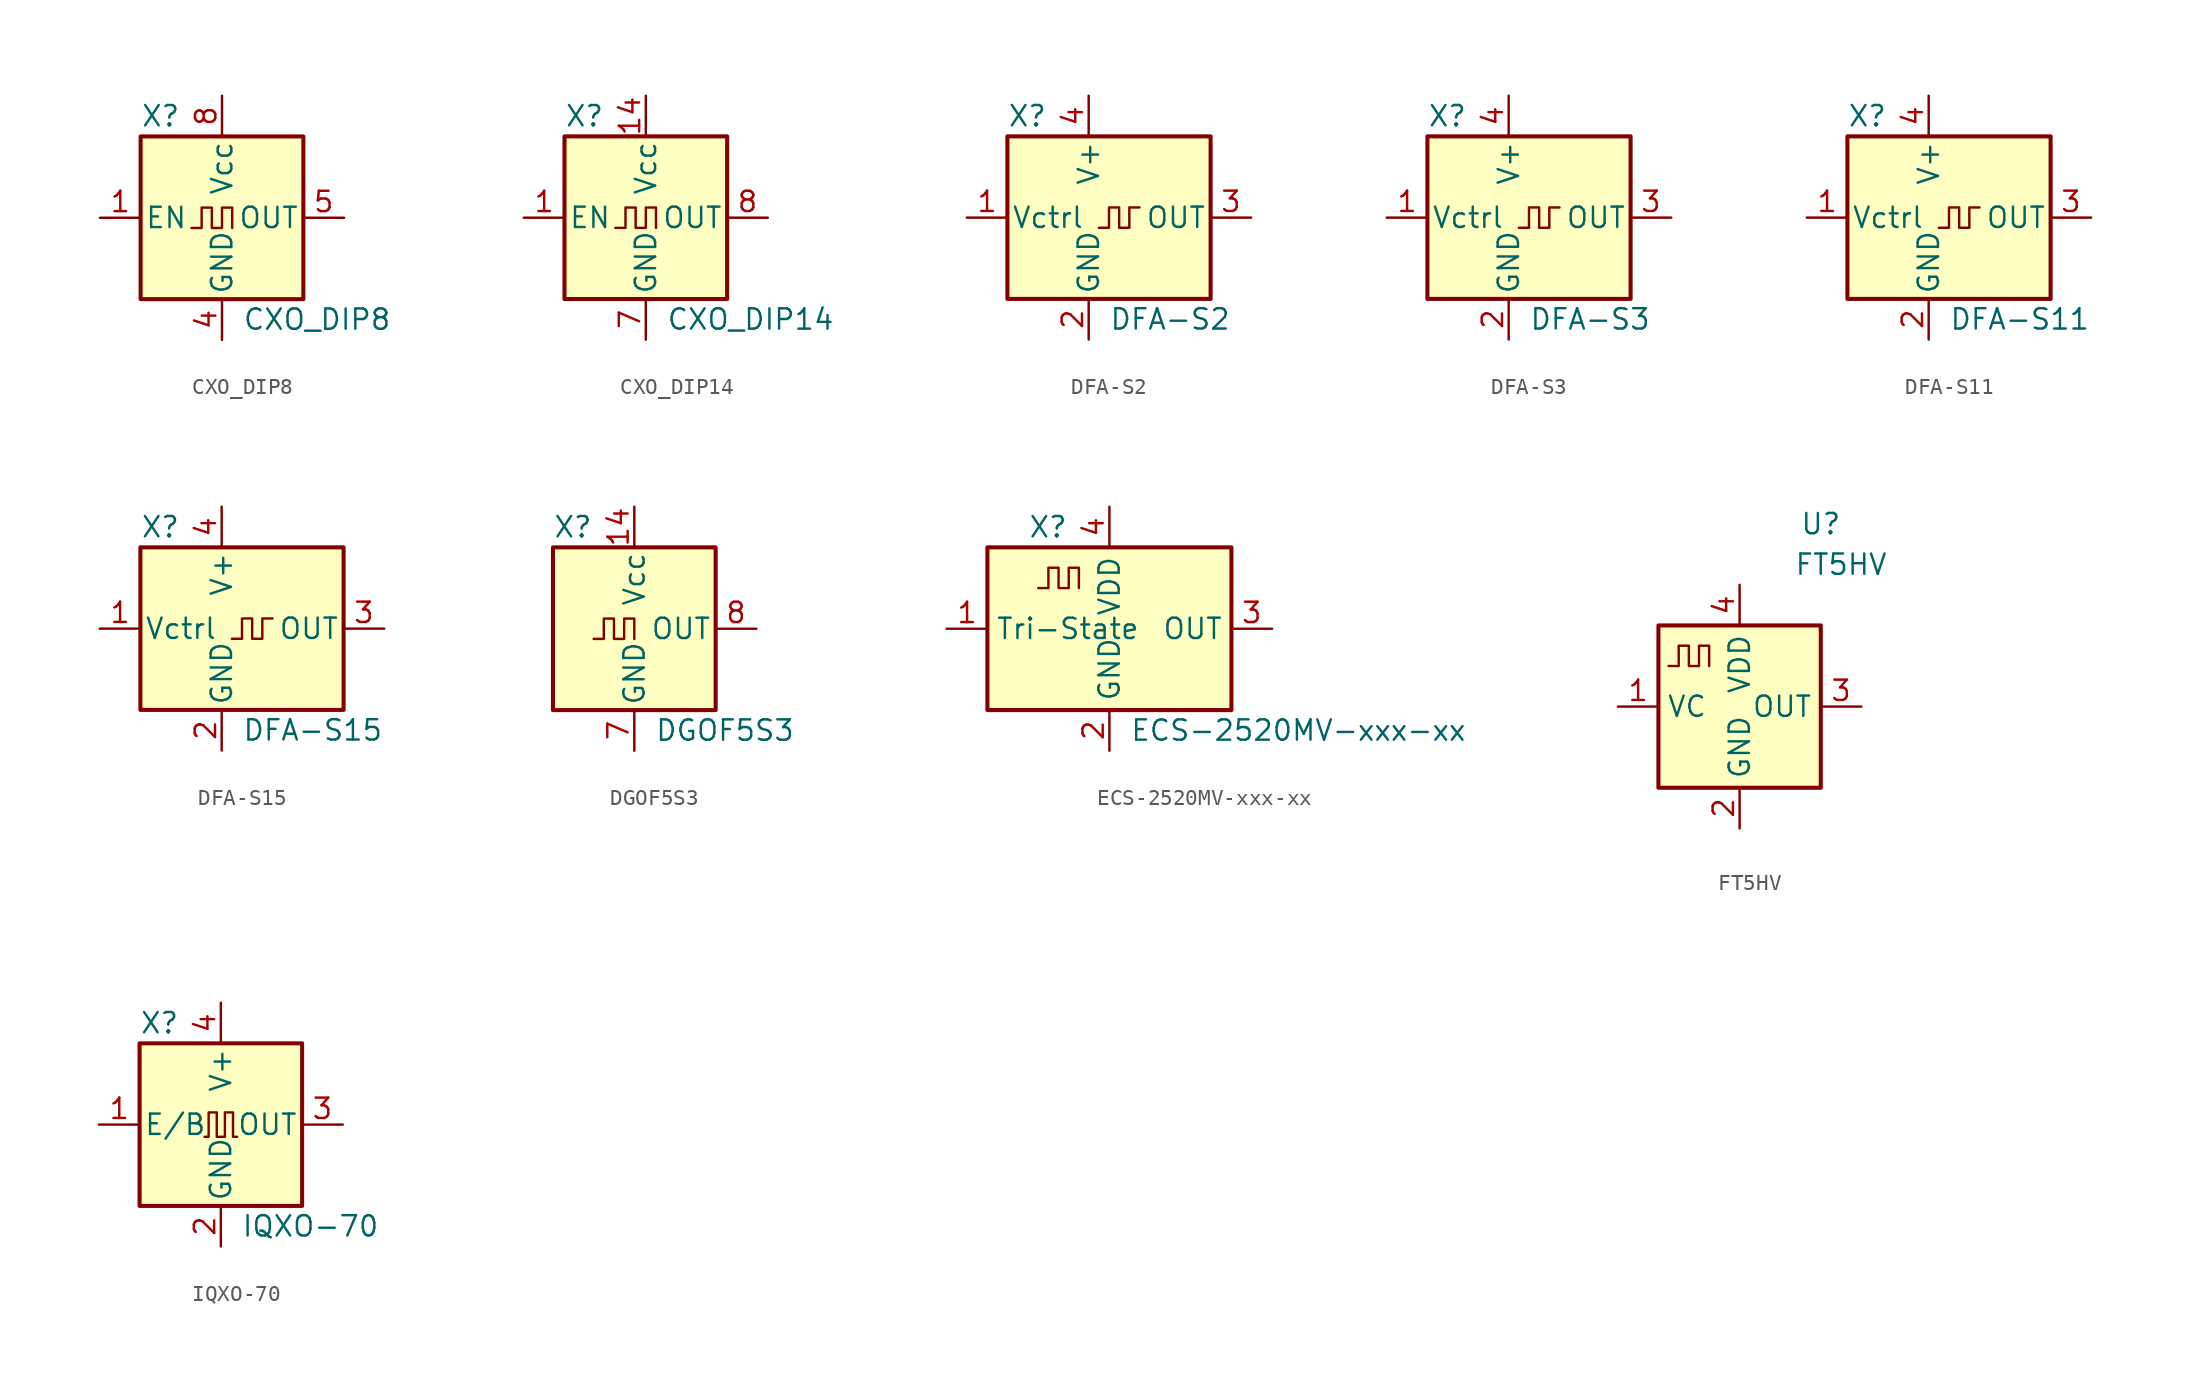
<source format=kicad_sym>
(kicad_symbol_lib
  (version 20201005)
  (generator kicad_symbol_editor)
  (symbol "Oscillator:CXO_DIP8"
    (pin_names
      (offset 0.254))
    (property "Reference" "X"
      (at -5.08 6.35 0)
      (effects (font (size 1.27 1.27)) (justify left)))
    (property "Value" "CXO_DIP8"
      (at 1.27 -6.35 0)
      (effects (font (size 1.27 1.27)) (justify left)))
    (symbol "CXO_DIP8_0_1"
      (rectangle (start -5.08 5.08) (end 5.08 -5.08) (stroke (width 0.254)) (fill (type background)))
      (polyline (pts (xy -1.905 -0.635) (xy -1.27 -0.635) (xy -1.27 0.635) (xy -0.635 0.635) (xy -0.635 -0.635) (xy 0 -0.635) (xy 0 0.635) (xy 0.635 0.635) (xy 0.635 -0.635)) (stroke (width 0)) (fill (type none))))
    (symbol "CXO_DIP8_1_1"
      (pin input line (at -7.62 0 0) (length 2.54) (name "EN" (effects (font (size 1.27 1.27)))) (number "1" (effects (font (size 1.27 1.27)))))
      (pin power_in line (at 0 -7.62 90) (length 2.54) (name "GND" (effects (font (size 1.27 1.27)))) (number "4" (effects (font (size 1.27 1.27)))))
      (pin output line (at 7.62 0 180) (length 2.54) (name "OUT" (effects (font (size 1.27 1.27)))) (number "5" (effects (font (size 1.27 1.27)))))
      (pin power_in line (at 0 7.62 270) (length 2.54) (name "Vcc" (effects (font (size 1.27 1.27)))) (number "8" (effects (font (size 1.27 1.27)))))))
  (symbol "Oscillator:CXO_DIP14"
    (pin_names
      (offset 0.254))
    (property "Reference" "X"
      (at -5.08 6.35 0)
      (effects (font (size 1.27 1.27)) (justify left)))
    (property "Value" "CXO_DIP14"
      (at 1.27 -6.35 0)
      (effects (font (size 1.27 1.27)) (justify left)))
    (symbol "CXO_DIP14_0_1"
      (rectangle (start -5.08 5.08) (end 5.08 -5.08) (stroke (width 0.254)) (fill (type background)))
      (polyline (pts (xy -1.905 -0.635) (xy -1.27 -0.635) (xy -1.27 0.635) (xy -0.635 0.635) (xy -0.635 -0.635) (xy 0 -0.635) (xy 0 0.635) (xy 0.635 0.635) (xy 0.635 -0.635)) (stroke (width 0)) (fill (type none))))
    (symbol "CXO_DIP14_1_1"
      (pin input line (at -7.62 0 0) (length 2.54) (name "EN" (effects (font (size 1.27 1.27)))) (number "1" (effects (font (size 1.27 1.27)))))
      (pin power_in line (at 0 7.62 270) (length 2.54) (name "Vcc" (effects (font (size 1.27 1.27)))) (number "14" (effects (font (size 1.27 1.27)))))
      (pin power_in line (at 0 -7.62 90) (length 2.54) (name "GND" (effects (font (size 1.27 1.27)))) (number "7" (effects (font (size 1.27 1.27)))))
      (pin output line (at 7.62 0 180) (length 2.54) (name "OUT" (effects (font (size 1.27 1.27)))) (number "8" (effects (font (size 1.27 1.27)))))))
  (symbol "Oscillator:DFA-S2"
    (pin_names
      (offset 0.254))
    (property "Reference" "X"
      (at -5.08 6.35 0)
      (effects (font (size 1.27 1.27)) (justify left)))
    (property "Value" "DFA-S2"
      (at 1.27 -6.35 0)
      (effects (font (size 1.27 1.27)) (justify left)))
    (symbol "DFA-S2_0_1"
      (rectangle (start -5.08 5.08) (end 7.62 -5.08) (stroke (width 0.254)) (fill (type background)))
      (polyline (pts (xy 0.635 -0.635) (xy 1.27 -0.635) (xy 1.27 0.635) (xy 1.905 0.635) (xy 1.905 -0.635) (xy 2.54 -0.635) (xy 2.54 0.635) (xy 3.175 0.635)) (stroke (width 0)) (fill (type none))))
    (symbol "DFA-S2_1_1"
      (pin input line (at -7.62 0 0) (length 2.54) (name "Vctrl" (effects (font (size 1.27 1.27)))) (number "1" (effects (font (size 1.27 1.27)))))
      (pin power_in line (at 0 -7.62 90) (length 2.54) (name "GND" (effects (font (size 1.27 1.27)))) (number "2" (effects (font (size 1.27 1.27)))))
      (pin output line (at 10.16 0 180) (length 2.54) (name "OUT" (effects (font (size 1.27 1.27)))) (number "3" (effects (font (size 1.27 1.27)))))
      (pin power_in line (at 0 7.62 270) (length 2.54) (name "V+" (effects (font (size 1.27 1.27)))) (number "4" (effects (font (size 1.27 1.27)))))))
  (symbol "Oscillator:DFA-S3"
    (pin_names
      (offset 0.254))
    (property "Reference" "X"
      (at -5.08 6.35 0)
      (effects (font (size 1.27 1.27)) (justify left)))
    (property "Value" "DFA-S3"
      (at 1.27 -6.35 0)
      (effects (font (size 1.27 1.27)) (justify left)))
    (symbol "DFA-S3_0_1"
      (rectangle (start -5.08 5.08) (end 7.62 -5.08) (stroke (width 0.254)) (fill (type background)))
      (polyline (pts (xy 0.635 -0.635) (xy 1.27 -0.635) (xy 1.27 0.635) (xy 1.905 0.635) (xy 1.905 -0.635) (xy 2.54 -0.635) (xy 2.54 0.635) (xy 3.175 0.635)) (stroke (width 0)) (fill (type none))))
    (symbol "DFA-S3_1_1"
      (pin input line (at -7.62 0 0) (length 2.54) (name "Vctrl" (effects (font (size 1.27 1.27)))) (number "1" (effects (font (size 1.27 1.27)))))
      (pin power_in line (at 0 -7.62 90) (length 2.54) (name "GND" (effects (font (size 1.27 1.27)))) (number "2" (effects (font (size 1.27 1.27)))))
      (pin output line (at 10.16 0 180) (length 2.54) (name "OUT" (effects (font (size 1.27 1.27)))) (number "3" (effects (font (size 1.27 1.27)))))
      (pin power_in line (at 0 7.62 270) (length 2.54) (name "V+" (effects (font (size 1.27 1.27)))) (number "4" (effects (font (size 1.27 1.27)))))))
  (symbol "Oscillator:DFA-S11"
    (pin_names
      (offset 0.254))
    (property "Reference" "X"
      (at -5.08 6.35 0)
      (effects (font (size 1.27 1.27)) (justify left)))
    (property "Value" "DFA-S11"
      (at 1.27 -6.35 0)
      (effects (font (size 1.27 1.27)) (justify left)))
    (symbol "DFA-S11_0_1"
      (rectangle (start -5.08 5.08) (end 7.62 -5.08) (stroke (width 0.254)) (fill (type background)))
      (polyline (pts (xy 0.635 -0.635) (xy 1.27 -0.635) (xy 1.27 0.635) (xy 1.905 0.635) (xy 1.905 -0.635) (xy 2.54 -0.635) (xy 2.54 0.635) (xy 3.175 0.635)) (stroke (width 0)) (fill (type none))))
    (symbol "DFA-S11_1_1"
      (pin input line (at -7.62 0 0) (length 2.54) (name "Vctrl" (effects (font (size 1.27 1.27)))) (number "1" (effects (font (size 1.27 1.27)))))
      (pin power_in line (at 0 -7.62 90) (length 2.54) (name "GND" (effects (font (size 1.27 1.27)))) (number "2" (effects (font (size 1.27 1.27)))))
      (pin output line (at 10.16 0 180) (length 2.54) (name "OUT" (effects (font (size 1.27 1.27)))) (number "3" (effects (font (size 1.27 1.27)))))
      (pin power_in line (at 0 7.62 270) (length 2.54) (name "V+" (effects (font (size 1.27 1.27)))) (number "4" (effects (font (size 1.27 1.27)))))))
  (symbol "Oscillator:DFA-S15"
    (pin_names
      (offset 0.254))
    (property "Reference" "X"
      (at -5.08 6.35 0)
      (effects (font (size 1.27 1.27)) (justify left)))
    (property "Value" "DFA-S15"
      (at 1.27 -6.35 0)
      (effects (font (size 1.27 1.27)) (justify left)))
    (symbol "DFA-S15_0_1"
      (rectangle (start -5.08 5.08) (end 7.62 -5.08) (stroke (width 0.254)) (fill (type background)))
      (polyline (pts (xy 0.635 -0.635) (xy 1.27 -0.635) (xy 1.27 0.635) (xy 1.905 0.635) (xy 1.905 -0.635) (xy 2.54 -0.635) (xy 2.54 0.635) (xy 3.175 0.635)) (stroke (width 0)) (fill (type none))))
    (symbol "DFA-S15_1_1"
      (pin input line (at -7.62 0 0) (length 2.54) (name "Vctrl" (effects (font (size 1.27 1.27)))) (number "1" (effects (font (size 1.27 1.27)))))
      (pin power_in line (at 0 -7.62 90) (length 2.54) (name "GND" (effects (font (size 1.27 1.27)))) (number "2" (effects (font (size 1.27 1.27)))))
      (pin output line (at 10.16 0 180) (length 2.54) (name "OUT" (effects (font (size 1.27 1.27)))) (number "3" (effects (font (size 1.27 1.27)))))
      (pin power_in line (at 0 7.62 270) (length 2.54) (name "V+" (effects (font (size 1.27 1.27)))) (number "4" (effects (font (size 1.27 1.27)))))))
  (symbol "Oscillator:DGOF5S3"
    (pin_names
      (offset 0.254))
    (property "Reference" "X"
      (at -5.08 6.35 0)
      (effects (font (size 1.27 1.27)) (justify left)))
    (property "Value" "DGOF5S3"
      (at 1.27 -6.35 0)
      (effects (font (size 1.27 1.27)) (justify left)))
    (symbol "DGOF5S3_0_1"
      (rectangle (start -5.08 5.08) (end 5.08 -5.08) (stroke (width 0.254)) (fill (type background)))
      (polyline (pts (xy -2.54 -0.635) (xy -1.905 -0.635) (xy -1.905 0.635) (xy -1.27 0.635) (xy -1.27 -0.635) (xy -0.635 -0.635) (xy -0.635 0.635) (xy 0 0.635) (xy 0 -0.635)) (stroke (width 0)) (fill (type none))))
    (symbol "DGOF5S3_1_1"
      (pin no_connect line (at -7.62 0 0) (length 2.54) hide (name "NC" (effects (font (size 1.27 1.27)))) (number "1" (effects (font (size 1.27 1.27)))))
      (pin power_in line (at 0 7.62 270) (length 2.54) (name "Vcc" (effects (font (size 1.27 1.27)))) (number "14" (effects (font (size 1.27 1.27)))))
      (pin power_in line (at 0 -7.62 90) (length 2.54) (name "GND" (effects (font (size 1.27 1.27)))) (number "7" (effects (font (size 1.27 1.27)))))
      (pin output line (at 7.62 0 180) (length 2.54) (name "OUT" (effects (font (size 1.27 1.27)))) (number "8" (effects (font (size 1.27 1.27)))))))
  (symbol "Oscillator:ECS-2520MV-xxx-xx"
    (property "Reference" "X"
      (at -5.08 6.35 0)
      (effects (font (size 1.27 1.27)) (justify left)))
    (property "Value" "ECS-2520MV-xxx-xx"
      (at 1.27 -6.35 0)
      (effects (font (size 1.27 1.27)) (justify left)))
    (symbol "ECS-2520MV-xxx-xx_0_1"
      (rectangle (start -7.62 5.08) (end 7.62 -5.08) (stroke (width 0.254)) (fill (type background)))
      (polyline (pts (xy -4.445 2.54) (xy -3.81 2.54) (xy -3.81 3.81) (xy -3.175 3.81) (xy -3.175 2.54) (xy -2.54 2.54) (xy -2.54 3.81) (xy -1.905 3.81) (xy -1.905 2.54)) (stroke (width 0)) (fill (type none))))
    (symbol "ECS-2520MV-xxx-xx_1_1"
      (pin input line (at -10.16 0 0) (length 2.54) (name "Tri-State" (effects (font (size 1.27 1.27)))) (number "1" (effects (font (size 1.27 1.27)))))
      (pin power_in line (at 0 -7.62 90) (length 2.54) (name "GND" (effects (font (size 1.27 1.27)))) (number "2" (effects (font (size 1.27 1.27)))))
      (pin output line (at 10.16 0 180) (length 2.54) (name "OUT" (effects (font (size 1.27 1.27)))) (number "3" (effects (font (size 1.27 1.27)))))
      (pin power_in line (at 0 7.62 270) (length 2.54) (name "VDD" (effects (font (size 1.27 1.27)))) (number "4" (effects (font (size 1.27 1.27)))))))
  (symbol "Oscillator:FT5HV"
    (property "Reference" "U"
      (at 5.08 11.43 0)
      (effects (font (size 1.27 1.27))))
    (property "Value" "FT5HV"
      (at 6.35 8.89 0)
      (effects (font (size 1.27 1.27))))
    (symbol "FT5HV_0_1"
      (rectangle (start -5.08 5.08) (end 5.08 -5.08) (stroke (width 0.254)) (fill (type background)))
      (polyline (pts (xy -4.445 2.54) (xy -3.81 2.54) (xy -3.81 3.81) (xy -3.175 3.81) (xy -3.175 2.54) (xy -2.54 2.54) (xy -2.54 3.81) (xy -1.905 3.81) (xy -1.905 2.54)) (stroke (width 0)) (fill (type none))))
    (symbol "FT5HV_1_1"
      (pin input line (at -7.62 0 0) (length 2.54) (name "VC" (effects (font (size 1.27 1.27)))) (number "1" (effects (font (size 1.27 1.27)))))
      (pin power_in line (at 0 -7.62 90) (length 2.54) (name "GND" (effects (font (size 1.27 1.27)))) (number "2" (effects (font (size 1.27 1.27)))))
      (pin output line (at 7.62 0 180) (length 2.54) (name "OUT" (effects (font (size 1.27 1.27)))) (number "3" (effects (font (size 1.27 1.27)))))
      (pin power_in line (at 0 7.62 270) (length 2.54) (name "VDD" (effects (font (size 1.27 1.27)))) (number "4" (effects (font (size 1.27 1.27)))))))
  (symbol "Oscillator:IQXO-70"
    (pin_names
      (offset 0.254))
    (property "Reference" "X"
      (at -5.08 6.35 0)
      (effects (font (size 1.27 1.27)) (justify left)))
    (property "Value" "IQXO-70"
      (at 1.27 -6.35 0)
      (effects (font (size 1.27 1.27)) (justify left)))
    (symbol "IQXO-70_0_1"
      (rectangle (start -5.08 5.08) (end 5.08 -5.08) (stroke (width 0.254)) (fill (type background)))
      (polyline (pts (xy -1.016 -0.762) (xy -0.762 -0.762) (xy -0.762 0.762) (xy -0.254 0.762) (xy -0.254 -0.762) (xy 0.254 -0.762) (xy 0.254 0.762) (xy 0.762 0.762) (xy 0.762 -0.762) (xy 1.016 -0.762)) (stroke (width 0)) (fill (type none))))
    (symbol "IQXO-70_1_1"
      (pin input line (at -7.62 0 0) (length 2.54) (name "E/B" (effects (font (size 1.27 1.27)))) (number "1" (effects (font (size 1.27 1.27)))))
      (pin power_in line (at 0 -7.62 90) (length 2.54) (name "GND" (effects (font (size 1.27 1.27)))) (number "2" (effects (font (size 1.27 1.27)))))
      (pin output line (at 7.62 0 180) (length 2.54) (name "OUT" (effects (font (size 1.27 1.27)))) (number "3" (effects (font (size 1.27 1.27)))))
      (pin power_in line (at 0 7.62 270) (length 2.54) (name "V+" (effects (font (size 1.27 1.27)))) (number "4" (effects (font (size 1.27 1.27))))))))
</source>
